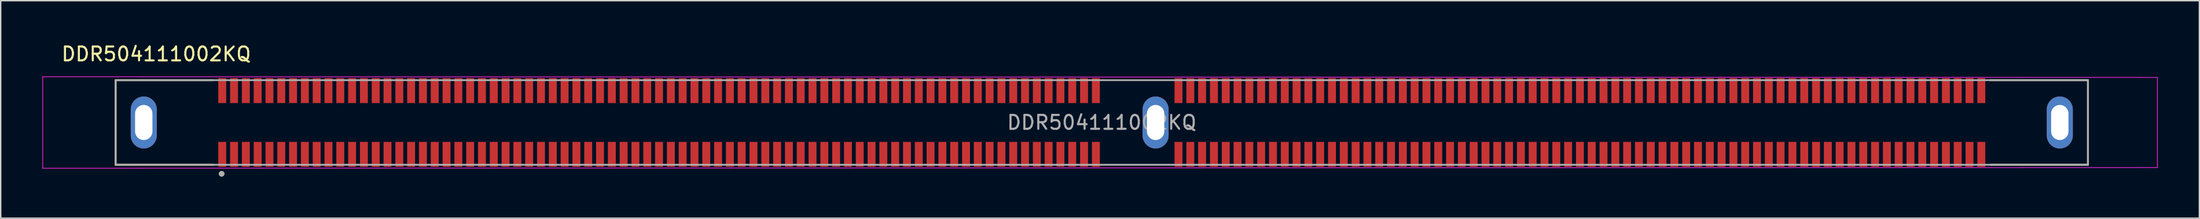
<source format=kicad_pcb>
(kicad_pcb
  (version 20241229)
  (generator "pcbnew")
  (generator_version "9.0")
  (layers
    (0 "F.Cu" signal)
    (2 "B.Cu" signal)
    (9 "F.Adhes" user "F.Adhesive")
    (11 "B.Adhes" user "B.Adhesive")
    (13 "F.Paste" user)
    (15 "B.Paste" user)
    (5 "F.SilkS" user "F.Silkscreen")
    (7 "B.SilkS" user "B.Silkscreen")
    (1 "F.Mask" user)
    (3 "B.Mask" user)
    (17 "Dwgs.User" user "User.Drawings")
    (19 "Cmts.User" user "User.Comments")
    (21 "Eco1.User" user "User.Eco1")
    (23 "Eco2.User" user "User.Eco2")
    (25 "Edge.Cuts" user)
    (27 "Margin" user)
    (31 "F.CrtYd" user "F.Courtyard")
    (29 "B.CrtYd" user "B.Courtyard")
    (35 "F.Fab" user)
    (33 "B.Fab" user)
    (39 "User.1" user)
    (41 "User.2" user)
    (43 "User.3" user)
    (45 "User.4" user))
  (footprint "DDR504111002KQ"
    (layer "F.Cu")
    (at 76.275 5.783)
    (property "Reference" "DDR504111002KQ" (at -68.075 -4.935 0) (layer "F.SilkS") (effects (font (size 1 1) (thickness 0.15))))
    (attr smd)
    (fp_line (start -71 -3.05) (end -63.975 -3.05) (stroke (width 0.127) (type solid)) (layer "F.SilkS"))
    (fp_line (start -71 3.05) (end -71 -3.05) (stroke (width 0.127) (type solid)) (layer "F.SilkS"))
    (fp_line (start -63.975 3.05) (end -71 3.05) (stroke (width 0.127) (type solid)) (layer "F.SilkS"))
    (fp_line (start 63.975 -3.05) (end 71 -3.05) (stroke (width 0.127) (type solid)) (layer "F.SilkS"))
    (fp_line (start 71 -3.05) (end 71 3.05) (stroke (width 0.127) (type solid)) (layer "F.SilkS"))
    (fp_line (start 71 3.05) (end 63.975 3.05) (stroke (width 0.127) (type solid)) (layer "F.SilkS"))
    (fp_circle (center -63.368 3.701) (end -63.268 3.701) (stroke (width 0.2) (type solid)) (fill no) (layer "F.SilkS"))
    (fp_line (start -76.25 -3.3) (end -76.25 3.3) (stroke (width 0.05) (type solid)) (layer "F.CrtYd"))
    (fp_line (start -76.25 3.3) (end 76 3.25) (stroke (width 0.05) (type solid)) (layer "F.CrtYd"))
    (fp_line (start 76 -3.25) (end -76.25 -3.3) (stroke (width 0.05) (type solid)) (layer "F.CrtYd"))
    (fp_line (start 76 3.25) (end 76 -3.25) (stroke (width 0.05) (type solid)) (layer "F.CrtYd"))
    (fp_line (start -71 -3.05) (end 71 -3.05) (stroke (width 0.127) (type solid)) (layer "F.Fab"))
    (fp_line (start -71 3.05) (end -71 -3.05) (stroke (width 0.127) (type solid)) (layer "F.Fab"))
    (fp_line (start 71 -3.05) (end 71 3.05) (stroke (width 0.127) (type solid)) (layer "F.Fab"))
    (fp_line (start 71 3.05) (end -71 3.05) (stroke (width 0.127) (type solid)) (layer "F.Fab"))
    (fp_circle (center -63.368 3.701) (end -63.268 3.701) (stroke (width 0.2) (type solid)) (fill no) (layer "F.Fab"))
    (fp_text user "${REFERENCE}" (at 0 0 0) (layer "F.Fab") (effects (font (size 1 1) (thickness 0.15))))
    (pad "1" smd rect (at -63.325 2.3 90) (size 1.8 0.57) (layers "F.Cu" "F.Mask" "F.Paste"))
    (pad "2" smd rect (at -62.475 2.3 90) (size 1.8 0.57) (layers "F.Cu" "F.Mask" "F.Paste"))
    (pad "3" smd rect (at -61.625 2.3 90) (size 1.8 0.57) (layers "F.Cu" "F.Mask" "F.Paste"))
    (pad "4" smd rect (at -60.775 2.3 90) (size 1.8 0.57) (layers "F.Cu" "F.Mask" "F.Paste"))
    (pad "5" smd rect (at -59.925 2.3 90) (size 1.8 0.57) (layers "F.Cu" "F.Mask" "F.Paste"))
    (pad "6" smd rect (at -59.075 2.3 90) (size 1.8 0.57) (layers "F.Cu" "F.Mask" "F.Paste"))
    (pad "7" smd rect (at -58.225 2.3 90) (size 1.8 0.57) (layers "F.Cu" "F.Mask" "F.Paste"))
    (pad "8" smd rect (at -57.375 2.3 90) (size 1.8 0.57) (layers "F.Cu" "F.Mask" "F.Paste"))
    (pad "9" smd rect (at -56.525 2.3 90) (size 1.8 0.57) (layers "F.Cu" "F.Mask" "F.Paste"))
    (pad "10" smd rect (at -55.675 2.3 90) (size 1.8 0.57) (layers "F.Cu" "F.Mask" "F.Paste"))
    (pad "11" smd rect (at -54.825 2.3 90) (size 1.8 0.57) (layers "F.Cu" "F.Mask" "F.Paste"))
    (pad "12" smd rect (at -53.975 2.3 90) (size 1.8 0.57) (layers "F.Cu" "F.Mask" "F.Paste"))
    (pad "13" smd rect (at -53.125 2.3 90) (size 1.8 0.57) (layers "F.Cu" "F.Mask" "F.Paste"))
    (pad "14" smd rect (at -52.275 2.3 90) (size 1.8 0.57) (layers "F.Cu" "F.Mask" "F.Paste"))
    (pad "15" smd rect (at -51.425 2.3 90) (size 1.8 0.57) (layers "F.Cu" "F.Mask" "F.Paste"))
    (pad "16" smd rect (at -50.575 2.3 90) (size 1.8 0.57) (layers "F.Cu" "F.Mask" "F.Paste"))
    (pad "17" smd rect (at -49.725 2.3 90) (size 1.8 0.57) (layers "F.Cu" "F.Mask" "F.Paste"))
    (pad "18" smd rect (at -48.875 2.3 90) (size 1.8 0.57) (layers "F.Cu" "F.Mask" "F.Paste"))
    (pad "19" smd rect (at -48.025 2.3 90) (size 1.8 0.57) (layers "F.Cu" "F.Mask" "F.Paste"))
    (pad "20" smd rect (at -47.175 2.3 90) (size 1.8 0.57) (layers "F.Cu" "F.Mask" "F.Paste"))
    (pad "21" smd rect (at -46.325 2.3 90) (size 1.8 0.57) (layers "F.Cu" "F.Mask" "F.Paste"))
    (pad "22" smd rect (at -45.475 2.3 90) (size 1.8 0.57) (layers "F.Cu" "F.Mask" "F.Paste"))
    (pad "23" smd rect (at -44.625 2.3 90) (size 1.8 0.57) (layers "F.Cu" "F.Mask" "F.Paste"))
    (pad "24" smd rect (at -43.775 2.3 90) (size 1.8 0.57) (layers "F.Cu" "F.Mask" "F.Paste"))
    (pad "25" smd rect (at -42.925 2.3 90) (size 1.8 0.57) (layers "F.Cu" "F.Mask" "F.Paste"))
    (pad "26" smd rect (at -42.075 2.3 90) (size 1.8 0.57) (layers "F.Cu" "F.Mask" "F.Paste"))
    (pad "27" smd rect (at -41.225 2.3 90) (size 1.8 0.57) (layers "F.Cu" "F.Mask" "F.Paste"))
    (pad "28" smd rect (at -40.375 2.3 90) (size 1.8 0.57) (layers "F.Cu" "F.Mask" "F.Paste"))
    (pad "29" smd rect (at -39.525 2.3 90) (size 1.8 0.57) (layers "F.Cu" "F.Mask" "F.Paste"))
    (pad "30" smd rect (at -38.675 2.3 90) (size 1.8 0.57) (layers "F.Cu" "F.Mask" "F.Paste"))
    (pad "31" smd rect (at -37.825 2.3 90) (size 1.8 0.57) (layers "F.Cu" "F.Mask" "F.Paste"))
    (pad "32" smd rect (at -36.975 2.3 90) (size 1.8 0.57) (layers "F.Cu" "F.Mask" "F.Paste"))
    (pad "33" smd rect (at -36.125 2.3 90) (size 1.8 0.57) (layers "F.Cu" "F.Mask" "F.Paste"))
    (pad "34" smd rect (at -35.275 2.3 90) (size 1.8 0.57) (layers "F.Cu" "F.Mask" "F.Paste"))
    (pad "35" smd rect (at -34.425 2.3 90) (size 1.8 0.57) (layers "F.Cu" "F.Mask" "F.Paste"))
    (pad "36" smd rect (at -33.575 2.3 90) (size 1.8 0.57) (layers "F.Cu" "F.Mask" "F.Paste"))
    (pad "37" smd rect (at -32.725 2.3 90) (size 1.8 0.57) (layers "F.Cu" "F.Mask" "F.Paste"))
    (pad "38" smd rect (at -31.875 2.3 90) (size 1.8 0.57) (layers "F.Cu" "F.Mask" "F.Paste"))
    (pad "39" smd rect (at -31.025 2.3 90) (size 1.8 0.57) (layers "F.Cu" "F.Mask" "F.Paste"))
    (pad "40" smd rect (at -30.175 2.3 90) (size 1.8 0.57) (layers "F.Cu" "F.Mask" "F.Paste"))
    (pad "41" smd rect (at -29.325 2.3 90) (size 1.8 0.57) (layers "F.Cu" "F.Mask" "F.Paste"))
    (pad "42" smd rect (at -28.475 2.3 90) (size 1.8 0.57) (layers "F.Cu" "F.Mask" "F.Paste"))
    (pad "43" smd rect (at -27.625 2.3 90) (size 1.8 0.57) (layers "F.Cu" "F.Mask" "F.Paste"))
    (pad "44" smd rect (at -26.775 2.3 90) (size 1.8 0.57) (layers "F.Cu" "F.Mask" "F.Paste"))
    (pad "45" smd rect (at -25.925 2.3 90) (size 1.8 0.57) (layers "F.Cu" "F.Mask" "F.Paste"))
    (pad "46" smd rect (at -25.075 2.3 90) (size 1.8 0.57) (layers "F.Cu" "F.Mask" "F.Paste"))
    (pad "47" smd rect (at -24.225 2.3 90) (size 1.8 0.57) (layers "F.Cu" "F.Mask" "F.Paste"))
    (pad "48" smd rect (at -23.375 2.3 90) (size 1.8 0.57) (layers "F.Cu" "F.Mask" "F.Paste"))
    (pad "49" smd rect (at -22.525 2.3 90) (size 1.8 0.57) (layers "F.Cu" "F.Mask" "F.Paste"))
    (pad "50" smd rect (at -21.675 2.3 90) (size 1.8 0.57) (layers "F.Cu" "F.Mask" "F.Paste"))
    (pad "51" smd rect (at -20.825 2.3 90) (size 1.8 0.57) (layers "F.Cu" "F.Mask" "F.Paste"))
    (pad "52" smd rect (at -19.975 2.3 90) (size 1.8 0.57) (layers "F.Cu" "F.Mask" "F.Paste"))
    (pad "53" smd rect (at -19.125 2.3 90) (size 1.8 0.57) (layers "F.Cu" "F.Mask" "F.Paste"))
    (pad "54" smd rect (at -18.275 2.3 90) (size 1.8 0.57) (layers "F.Cu" "F.Mask" "F.Paste"))
    (pad "55" smd rect (at -17.425 2.3 90) (size 1.8 0.57) (layers "F.Cu" "F.Mask" "F.Paste"))
    (pad "56" smd rect (at -16.575 2.3 90) (size 1.8 0.57) (layers "F.Cu" "F.Mask" "F.Paste"))
    (pad "57" smd rect (at -15.725 2.3 90) (size 1.8 0.57) (layers "F.Cu" "F.Mask" "F.Paste"))
    (pad "58" smd rect (at -14.875 2.3 90) (size 1.8 0.57) (layers "F.Cu" "F.Mask" "F.Paste"))
    (pad "59" smd rect (at -14.025 2.3 90) (size 1.8 0.57) (layers "F.Cu" "F.Mask" "F.Paste"))
    (pad "60" smd rect (at -13.175 2.3 90) (size 1.8 0.57) (layers "F.Cu" "F.Mask" "F.Paste"))
    (pad "61" smd rect (at -12.325 2.3 90) (size 1.8 0.57) (layers "F.Cu" "F.Mask" "F.Paste"))
    (pad "62" smd rect (at -11.475 2.3 90) (size 1.8 0.57) (layers "F.Cu" "F.Mask" "F.Paste"))
    (pad "63" smd rect (at -10.625 2.3 90) (size 1.8 0.57) (layers "F.Cu" "F.Mask" "F.Paste"))
    (pad "64" smd rect (at -9.775 2.3 90) (size 1.8 0.57) (layers "F.Cu" "F.Mask" "F.Paste"))
    (pad "65" smd rect (at -8.925 2.3 90) (size 1.8 0.57) (layers "F.Cu" "F.Mask" "F.Paste"))
    (pad "66" smd rect (at -8.075 2.3 90) (size 1.8 0.57) (layers "F.Cu" "F.Mask" "F.Paste"))
    (pad "67" smd rect (at -7.225 2.3 90) (size 1.8 0.57) (layers "F.Cu" "F.Mask" "F.Paste"))
    (pad "68" smd rect (at -6.375 2.3 90) (size 1.8 0.57) (layers "F.Cu" "F.Mask" "F.Paste"))
    (pad "69" smd rect (at -5.525 2.3 90) (size 1.8 0.57) (layers "F.Cu" "F.Mask" "F.Paste"))
    (pad "70" smd rect (at -4.675 2.3 90) (size 1.8 0.57) (layers "F.Cu" "F.Mask" "F.Paste"))
    (pad "71" smd rect (at -3.825 2.3 90) (size 1.8 0.57) (layers "F.Cu" "F.Mask" "F.Paste"))
    (pad "72" smd rect (at -2.975 2.3 90) (size 1.8 0.57) (layers "F.Cu" "F.Mask" "F.Paste"))
    (pad "73" smd rect (at -2.125 2.3 90) (size 1.8 0.57) (layers "F.Cu" "F.Mask" "F.Paste"))
    (pad "74" smd rect (at -1.275 2.3 90) (size 1.8 0.57) (layers "F.Cu" "F.Mask" "F.Paste"))
    (pad "75" smd rect (at -0.425 2.3 90) (size 1.8 0.57) (layers "F.Cu" "F.Mask" "F.Paste"))
    (pad "76" smd rect (at 5.525 2.3 90) (size 1.8 0.57) (layers "F.Cu" "F.Mask" "F.Paste"))
    (pad "77" smd rect (at 6.375 2.3 90) (size 1.8 0.57) (layers "F.Cu" "F.Mask" "F.Paste"))
    (pad "78" smd rect (at 7.225 2.3 90) (size 1.8 0.57) (layers "F.Cu" "F.Mask" "F.Paste"))
    (pad "79" smd rect (at 8.075 2.3 90) (size 1.8 0.57) (layers "F.Cu" "F.Mask" "F.Paste"))
    (pad "80" smd rect (at 8.925 2.3 90) (size 1.8 0.57) (layers "F.Cu" "F.Mask" "F.Paste"))
    (pad "81" smd rect (at 9.775 2.3 90) (size 1.8 0.57) (layers "F.Cu" "F.Mask" "F.Paste"))
    (pad "82" smd rect (at 10.625 2.3 90) (size 1.8 0.57) (layers "F.Cu" "F.Mask" "F.Paste"))
    (pad "83" smd rect (at 11.475 2.3 90) (size 1.8 0.57) (layers "F.Cu" "F.Mask" "F.Paste"))
    (pad "84" smd rect (at 12.325 2.3 90) (size 1.8 0.57) (layers "F.Cu" "F.Mask" "F.Paste"))
    (pad "85" smd rect (at 13.175 2.3 90) (size 1.8 0.57) (layers "F.Cu" "F.Mask" "F.Paste"))
    (pad "86" smd rect (at 14.025 2.3 90) (size 1.8 0.57) (layers "F.Cu" "F.Mask" "F.Paste"))
    (pad "87" smd rect (at 14.875 2.3 90) (size 1.8 0.57) (layers "F.Cu" "F.Mask" "F.Paste"))
    (pad "88" smd rect (at 15.725 2.3 90) (size 1.8 0.57) (layers "F.Cu" "F.Mask" "F.Paste"))
    (pad "89" smd rect (at 16.575 2.3 90) (size 1.8 0.57) (layers "F.Cu" "F.Mask" "F.Paste"))
    (pad "90" smd rect (at 17.425 2.3 90) (size 1.8 0.57) (layers "F.Cu" "F.Mask" "F.Paste"))
    (pad "91" smd rect (at 18.275 2.3 90) (size 1.8 0.57) (layers "F.Cu" "F.Mask" "F.Paste"))
    (pad "92" smd rect (at 19.125 2.3 90) (size 1.8 0.57) (layers "F.Cu" "F.Mask" "F.Paste"))
    (pad "93" smd rect (at 19.975 2.3 90) (size 1.8 0.57) (layers "F.Cu" "F.Mask" "F.Paste"))
    (pad "94" smd rect (at 20.825 2.3 90) (size 1.8 0.57) (layers "F.Cu" "F.Mask" "F.Paste"))
    (pad "95" smd rect (at 21.675 2.3 90) (size 1.8 0.57) (layers "F.Cu" "F.Mask" "F.Paste"))
    (pad "96" smd rect (at 22.525 2.3 90) (size 1.8 0.57) (layers "F.Cu" "F.Mask" "F.Paste"))
    (pad "97" smd rect (at 23.375 2.3 90) (size 1.8 0.57) (layers "F.Cu" "F.Mask" "F.Paste"))
    (pad "98" smd rect (at 24.225 2.3 90) (size 1.8 0.57) (layers "F.Cu" "F.Mask" "F.Paste"))
    (pad "99" smd rect (at 25.075 2.3 90) (size 1.8 0.57) (layers "F.Cu" "F.Mask" "F.Paste"))
    (pad "100" smd rect (at 25.925 2.3 90) (size 1.8 0.57) (layers "F.Cu" "F.Mask" "F.Paste"))
    (pad "101" smd rect (at 26.775 2.3 90) (size 1.8 0.57) (layers "F.Cu" "F.Mask" "F.Paste"))
    (pad "102" smd rect (at 27.625 2.3 90) (size 1.8 0.57) (layers "F.Cu" "F.Mask" "F.Paste"))
    (pad "103" smd rect (at 28.475 2.3 90) (size 1.8 0.57) (layers "F.Cu" "F.Mask" "F.Paste"))
    (pad "104" smd rect (at 29.325 2.3 90) (size 1.8 0.57) (layers "F.Cu" "F.Mask" "F.Paste"))
    (pad "105" smd rect (at 30.175 2.3 90) (size 1.8 0.57) (layers "F.Cu" "F.Mask" "F.Paste"))
    (pad "106" smd rect (at 31.025 2.3 90) (size 1.8 0.57) (layers "F.Cu" "F.Mask" "F.Paste"))
    (pad "107" smd rect (at 31.875 2.3 90) (size 1.8 0.57) (layers "F.Cu" "F.Mask" "F.Paste"))
    (pad "108" smd rect (at 32.725 2.3 90) (size 1.8 0.57) (layers "F.Cu" "F.Mask" "F.Paste"))
    (pad "109" smd rect (at 33.575 2.3 90) (size 1.8 0.57) (layers "F.Cu" "F.Mask" "F.Paste"))
    (pad "110" smd rect (at 34.425 2.3 90) (size 1.8 0.57) (layers "F.Cu" "F.Mask" "F.Paste"))
    (pad "111" smd rect (at 35.275 2.3 90) (size 1.8 0.57) (layers "F.Cu" "F.Mask" "F.Paste"))
    (pad "112" smd rect (at 36.125 2.3 90) (size 1.8 0.57) (layers "F.Cu" "F.Mask" "F.Paste"))
    (pad "113" smd rect (at 36.975 2.3 90) (size 1.8 0.57) (layers "F.Cu" "F.Mask" "F.Paste"))
    (pad "114" smd rect (at 37.825 2.3 90) (size 1.8 0.57) (layers "F.Cu" "F.Mask" "F.Paste"))
    (pad "115" smd rect (at 38.675 2.3 90) (size 1.8 0.57) (layers "F.Cu" "F.Mask" "F.Paste"))
    (pad "116" smd rect (at 39.525 2.3 90) (size 1.8 0.57) (layers "F.Cu" "F.Mask" "F.Paste"))
    (pad "117" smd rect (at 40.375 2.3 90) (size 1.8 0.57) (layers "F.Cu" "F.Mask" "F.Paste"))
    (pad "118" smd rect (at 41.225 2.3 90) (size 1.8 0.57) (layers "F.Cu" "F.Mask" "F.Paste"))
    (pad "119" smd rect (at 42.075 2.3 90) (size 1.8 0.57) (layers "F.Cu" "F.Mask" "F.Paste"))
    (pad "120" smd rect (at 42.925 2.3 90) (size 1.8 0.57) (layers "F.Cu" "F.Mask" "F.Paste"))
    (pad "121" smd rect (at 43.775 2.3 90) (size 1.8 0.57) (layers "F.Cu" "F.Mask" "F.Paste"))
    (pad "122" smd rect (at 44.625 2.3 90) (size 1.8 0.57) (layers "F.Cu" "F.Mask" "F.Paste"))
    (pad "123" smd rect (at 45.475 2.3 90) (size 1.8 0.57) (layers "F.Cu" "F.Mask" "F.Paste"))
    (pad "124" smd rect (at 46.325 2.3 90) (size 1.8 0.57) (layers "F.Cu" "F.Mask" "F.Paste"))
    (pad "125" smd rect (at 47.175 2.3 90) (size 1.8 0.57) (layers "F.Cu" "F.Mask" "F.Paste"))
    (pad "126" smd rect (at 48.025 2.3 90) (size 1.8 0.57) (layers "F.Cu" "F.Mask" "F.Paste"))
    (pad "127" smd rect (at 48.875 2.3 90) (size 1.8 0.57) (layers "F.Cu" "F.Mask" "F.Paste"))
    (pad "128" smd rect (at 49.725 2.3 90) (size 1.8 0.57) (layers "F.Cu" "F.Mask" "F.Paste"))
    (pad "129" smd rect (at 50.575 2.3 90) (size 1.8 0.57) (layers "F.Cu" "F.Mask" "F.Paste"))
    (pad "130" smd rect (at 51.425 2.3 90) (size 1.8 0.57) (layers "F.Cu" "F.Mask" "F.Paste"))
    (pad "131" smd rect (at 52.275 2.3 90) (size 1.8 0.57) (layers "F.Cu" "F.Mask" "F.Paste"))
    (pad "132" smd rect (at 53.125 2.3 90) (size 1.8 0.57) (layers "F.Cu" "F.Mask" "F.Paste"))
    (pad "133" smd rect (at 53.975 2.3 90) (size 1.8 0.57) (layers "F.Cu" "F.Mask" "F.Paste"))
    (pad "134" smd rect (at 54.825 2.3 90) (size 1.8 0.57) (layers "F.Cu" "F.Mask" "F.Paste"))
    (pad "135" smd rect (at 55.675 2.3 90) (size 1.8 0.57) (layers "F.Cu" "F.Mask" "F.Paste"))
    (pad "136" smd rect (at 56.525 2.3 90) (size 1.8 0.57) (layers "F.Cu" "F.Mask" "F.Paste"))
    (pad "137" smd rect (at 57.375 2.3 90) (size 1.8 0.57) (layers "F.Cu" "F.Mask" "F.Paste"))
    (pad "138" smd rect (at 58.225 2.3 90) (size 1.8 0.57) (layers "F.Cu" "F.Mask" "F.Paste"))
    (pad "139" smd rect (at 59.075 2.3 90) (size 1.8 0.57) (layers "F.Cu" "F.Mask" "F.Paste"))
    (pad "140" smd rect (at 59.925 2.3 90) (size 1.8 0.57) (layers "F.Cu" "F.Mask" "F.Paste"))
    (pad "141" smd rect (at 60.775 2.3 90) (size 1.8 0.57) (layers "F.Cu" "F.Mask" "F.Paste"))
    (pad "142" smd rect (at 61.625 2.3 90) (size 1.8 0.57) (layers "F.Cu" "F.Mask" "F.Paste"))
    (pad "143" smd rect (at 62.475 2.3 90) (size 1.8 0.57) (layers "F.Cu" "F.Mask" "F.Paste"))
    (pad "144" smd rect (at 63.325 2.3 90) (size 1.8 0.57) (layers "F.Cu" "F.Mask" "F.Paste"))
    (pad "145" smd rect (at -63.325 -2.3 90) (size 1.8 0.57) (layers "F.Cu" "F.Mask" "F.Paste"))
    (pad "146" smd rect (at -62.475 -2.3 90) (size 1.8 0.57) (layers "F.Cu" "F.Mask" "F.Paste"))
    (pad "147" smd rect (at -61.625 -2.3 90) (size 1.8 0.57) (layers "F.Cu" "F.Mask" "F.Paste"))
    (pad "148" smd rect (at -60.775 -2.3 90) (size 1.8 0.57) (layers "F.Cu" "F.Mask" "F.Paste"))
    (pad "149" smd rect (at -59.925 -2.3 90) (size 1.8 0.57) (layers "F.Cu" "F.Mask" "F.Paste"))
    (pad "150" smd rect (at -59.075 -2.3 90) (size 1.8 0.57) (layers "F.Cu" "F.Mask" "F.Paste"))
    (pad "151" smd rect (at -58.225 -2.3 90) (size 1.8 0.57) (layers "F.Cu" "F.Mask" "F.Paste"))
    (pad "152" smd rect (at -57.375 -2.3 90) (size 1.8 0.57) (layers "F.Cu" "F.Mask" "F.Paste"))
    (pad "153" smd rect (at -56.525 -2.3 90) (size 1.8 0.57) (layers "F.Cu" "F.Mask" "F.Paste"))
    (pad "154" smd rect (at -55.675 -2.3 90) (size 1.8 0.57) (layers "F.Cu" "F.Mask" "F.Paste"))
    (pad "155" smd rect (at -54.825 -2.3 90) (size 1.8 0.57) (layers "F.Cu" "F.Mask" "F.Paste"))
    (pad "156" smd rect (at -53.975 -2.3 90) (size 1.8 0.57) (layers "F.Cu" "F.Mask" "F.Paste"))
    (pad "157" smd rect (at -53.125 -2.3 90) (size 1.8 0.57) (layers "F.Cu" "F.Mask" "F.Paste"))
    (pad "158" smd rect (at -52.275 -2.3 90) (size 1.8 0.57) (layers "F.Cu" "F.Mask" "F.Paste"))
    (pad "159" smd rect (at -51.425 -2.3 90) (size 1.8 0.57) (layers "F.Cu" "F.Mask" "F.Paste"))
    (pad "160" smd rect (at -50.575 -2.3 90) (size 1.8 0.57) (layers "F.Cu" "F.Mask" "F.Paste"))
    (pad "161" smd rect (at -49.725 -2.3 90) (size 1.8 0.57) (layers "F.Cu" "F.Mask" "F.Paste"))
    (pad "162" smd rect (at -48.875 -2.3 90) (size 1.8 0.57) (layers "F.Cu" "F.Mask" "F.Paste"))
    (pad "163" smd rect (at -48.025 -2.3 90) (size 1.8 0.57) (layers "F.Cu" "F.Mask" "F.Paste"))
    (pad "164" smd rect (at -47.175 -2.3 90) (size 1.8 0.57) (layers "F.Cu" "F.Mask" "F.Paste"))
    (pad "165" smd rect (at -46.325 -2.3 90) (size 1.8 0.57) (layers "F.Cu" "F.Mask" "F.Paste"))
    (pad "166" smd rect (at -45.475 -2.3 90) (size 1.8 0.57) (layers "F.Cu" "F.Mask" "F.Paste"))
    (pad "167" smd rect (at -44.625 -2.3 90) (size 1.8 0.57) (layers "F.Cu" "F.Mask" "F.Paste"))
    (pad "168" smd rect (at -43.775 -2.3 90) (size 1.8 0.57) (layers "F.Cu" "F.Mask" "F.Paste"))
    (pad "169" smd rect (at -42.925 -2.3 90) (size 1.8 0.57) (layers "F.Cu" "F.Mask" "F.Paste"))
    (pad "170" smd rect (at -42.075 -2.3 90) (size 1.8 0.57) (layers "F.Cu" "F.Mask" "F.Paste"))
    (pad "171" smd rect (at -41.225 -2.3 90) (size 1.8 0.57) (layers "F.Cu" "F.Mask" "F.Paste"))
    (pad "172" smd rect (at -40.375 -2.3 90) (size 1.8 0.57) (layers "F.Cu" "F.Mask" "F.Paste"))
    (pad "173" smd rect (at -39.525 -2.3 90) (size 1.8 0.57) (layers "F.Cu" "F.Mask" "F.Paste"))
    (pad "174" smd rect (at -38.675 -2.3 90) (size 1.8 0.57) (layers "F.Cu" "F.Mask" "F.Paste"))
    (pad "175" smd rect (at -37.825 -2.3 90) (size 1.8 0.57) (layers "F.Cu" "F.Mask" "F.Paste"))
    (pad "176" smd rect (at -36.975 -2.3 90) (size 1.8 0.57) (layers "F.Cu" "F.Mask" "F.Paste"))
    (pad "177" smd rect (at -36.125 -2.3 90) (size 1.8 0.57) (layers "F.Cu" "F.Mask" "F.Paste"))
    (pad "178" smd rect (at -35.275 -2.3 90) (size 1.8 0.57) (layers "F.Cu" "F.Mask" "F.Paste"))
    (pad "179" smd rect (at -34.425 -2.3 90) (size 1.8 0.57) (layers "F.Cu" "F.Mask" "F.Paste"))
    (pad "180" smd rect (at -33.575 -2.3 90) (size 1.8 0.57) (layers "F.Cu" "F.Mask" "F.Paste"))
    (pad "181" smd rect (at -32.725 -2.3 90) (size 1.8 0.57) (layers "F.Cu" "F.Mask" "F.Paste"))
    (pad "182" smd rect (at -31.875 -2.3 90) (size 1.8 0.57) (layers "F.Cu" "F.Mask" "F.Paste"))
    (pad "183" smd rect (at -31.025 -2.3 90) (size 1.8 0.57) (layers "F.Cu" "F.Mask" "F.Paste"))
    (pad "184" smd rect (at -30.175 -2.3 90) (size 1.8 0.57) (layers "F.Cu" "F.Mask" "F.Paste"))
    (pad "185" smd rect (at -29.325 -2.3 90) (size 1.8 0.57) (layers "F.Cu" "F.Mask" "F.Paste"))
    (pad "186" smd rect (at -28.475 -2.3 90) (size 1.8 0.57) (layers "F.Cu" "F.Mask" "F.Paste"))
    (pad "187" smd rect (at -27.625 -2.3 90) (size 1.8 0.57) (layers "F.Cu" "F.Mask" "F.Paste"))
    (pad "188" smd rect (at -26.775 -2.3 90) (size 1.8 0.57) (layers "F.Cu" "F.Mask" "F.Paste"))
    (pad "189" smd rect (at -25.925 -2.3 90) (size 1.8 0.57) (layers "F.Cu" "F.Mask" "F.Paste"))
    (pad "190" smd rect (at -25.075 -2.3 90) (size 1.8 0.57) (layers "F.Cu" "F.Mask" "F.Paste"))
    (pad "191" smd rect (at -24.225 -2.3 90) (size 1.8 0.57) (layers "F.Cu" "F.Mask" "F.Paste"))
    (pad "192" smd rect (at -23.375 -2.3 90) (size 1.8 0.57) (layers "F.Cu" "F.Mask" "F.Paste"))
    (pad "193" smd rect (at -22.525 -2.3 90) (size 1.8 0.57) (layers "F.Cu" "F.Mask" "F.Paste"))
    (pad "194" smd rect (at -21.675 -2.3 90) (size 1.8 0.57) (layers "F.Cu" "F.Mask" "F.Paste"))
    (pad "195" smd rect (at -20.825 -2.3 90) (size 1.8 0.57) (layers "F.Cu" "F.Mask" "F.Paste"))
    (pad "196" smd rect (at -19.975 -2.3 90) (size 1.8 0.57) (layers "F.Cu" "F.Mask" "F.Paste"))
    (pad "197" smd rect (at -19.125 -2.3 90) (size 1.8 0.57) (layers "F.Cu" "F.Mask" "F.Paste"))
    (pad "198" smd rect (at -18.275 -2.3 90) (size 1.8 0.57) (layers "F.Cu" "F.Mask" "F.Paste"))
    (pad "199" smd rect (at -17.425 -2.3 90) (size 1.8 0.57) (layers "F.Cu" "F.Mask" "F.Paste"))
    (pad "200" smd rect (at -16.575 -2.3 90) (size 1.8 0.57) (layers "F.Cu" "F.Mask" "F.Paste"))
    (pad "201" smd rect (at -15.725 -2.3 90) (size 1.8 0.57) (layers "F.Cu" "F.Mask" "F.Paste"))
    (pad "202" smd rect (at -14.875 -2.3 90) (size 1.8 0.57) (layers "F.Cu" "F.Mask" "F.Paste"))
    (pad "203" smd rect (at -14.025 -2.3 90) (size 1.8 0.57) (layers "F.Cu" "F.Mask" "F.Paste"))
    (pad "204" smd rect (at -13.175 -2.3 90) (size 1.8 0.57) (layers "F.Cu" "F.Mask" "F.Paste"))
    (pad "205" smd rect (at -12.325 -2.3 90) (size 1.8 0.57) (layers "F.Cu" "F.Mask" "F.Paste"))
    (pad "206" smd rect (at -11.475 -2.3 90) (size 1.8 0.57) (layers "F.Cu" "F.Mask" "F.Paste"))
    (pad "207" smd rect (at -10.625 -2.3 90) (size 1.8 0.57) (layers "F.Cu" "F.Mask" "F.Paste"))
    (pad "208" smd rect (at -9.775 -2.3 90) (size 1.8 0.57) (layers "F.Cu" "F.Mask" "F.Paste"))
    (pad "209" smd rect (at -8.925 -2.3 90) (size 1.8 0.57) (layers "F.Cu" "F.Mask" "F.Paste"))
    (pad "210" smd rect (at -8.075 -2.3 90) (size 1.8 0.57) (layers "F.Cu" "F.Mask" "F.Paste"))
    (pad "211" smd rect (at -7.225 -2.3 90) (size 1.8 0.57) (layers "F.Cu" "F.Mask" "F.Paste"))
    (pad "212" smd rect (at -6.375 -2.3 90) (size 1.8 0.57) (layers "F.Cu" "F.Mask" "F.Paste"))
    (pad "213" smd rect (at -5.525 -2.3 90) (size 1.8 0.57) (layers "F.Cu" "F.Mask" "F.Paste"))
    (pad "214" smd rect (at -4.675 -2.3 90) (size 1.8 0.57) (layers "F.Cu" "F.Mask" "F.Paste"))
    (pad "215" smd rect (at -3.825 -2.3 90) (size 1.8 0.57) (layers "F.Cu" "F.Mask" "F.Paste"))
    (pad "216" smd rect (at -2.975 -2.3 90) (size 1.8 0.57) (layers "F.Cu" "F.Mask" "F.Paste"))
    (pad "217" smd rect (at -2.125 -2.3 90) (size 1.8 0.57) (layers "F.Cu" "F.Mask" "F.Paste"))
    (pad "218" smd rect (at -1.275 -2.3 90) (size 1.8 0.57) (layers "F.Cu" "F.Mask" "F.Paste"))
    (pad "219" smd rect (at -0.425 -2.3 90) (size 1.8 0.57) (layers "F.Cu" "F.Mask" "F.Paste"))
    (pad "220" smd rect (at 5.525 -2.3 90) (size 1.8 0.57) (layers "F.Cu" "F.Mask" "F.Paste"))
    (pad "221" smd rect (at 6.375 -2.3 90) (size 1.8 0.57) (layers "F.Cu" "F.Mask" "F.Paste"))
    (pad "222" smd rect (at 7.225 -2.3 90) (size 1.8 0.57) (layers "F.Cu" "F.Mask" "F.Paste"))
    (pad "223" smd rect (at 8.075 -2.3 90) (size 1.8 0.57) (layers "F.Cu" "F.Mask" "F.Paste"))
    (pad "224" smd rect (at 8.925 -2.3 90) (size 1.8 0.57) (layers "F.Cu" "F.Mask" "F.Paste"))
    (pad "225" smd rect (at 9.775 -2.3 90) (size 1.8 0.57) (layers "F.Cu" "F.Mask" "F.Paste"))
    (pad "226" smd rect (at 10.625 -2.3 90) (size 1.8 0.57) (layers "F.Cu" "F.Mask" "F.Paste"))
    (pad "227" smd rect (at 11.475 -2.3 90) (size 1.8 0.57) (layers "F.Cu" "F.Mask" "F.Paste"))
    (pad "228" smd rect (at 12.325 -2.3 90) (size 1.8 0.57) (layers "F.Cu" "F.Mask" "F.Paste"))
    (pad "229" smd rect (at 13.175 -2.3 90) (size 1.8 0.57) (layers "F.Cu" "F.Mask" "F.Paste"))
    (pad "230" smd rect (at 14.025 -2.3 90) (size 1.8 0.57) (layers "F.Cu" "F.Mask" "F.Paste"))
    (pad "231" smd rect (at 14.875 -2.3 90) (size 1.8 0.57) (layers "F.Cu" "F.Mask" "F.Paste"))
    (pad "232" smd rect (at 15.725 -2.3 90) (size 1.8 0.57) (layers "F.Cu" "F.Mask" "F.Paste"))
    (pad "233" smd rect (at 16.575 -2.3 90) (size 1.8 0.57) (layers "F.Cu" "F.Mask" "F.Paste"))
    (pad "234" smd rect (at 17.425 -2.3 90) (size 1.8 0.57) (layers "F.Cu" "F.Mask" "F.Paste"))
    (pad "235" smd rect (at 18.275 -2.3 90) (size 1.8 0.57) (layers "F.Cu" "F.Mask" "F.Paste"))
    (pad "236" smd rect (at 19.125 -2.3 90) (size 1.8 0.57) (layers "F.Cu" "F.Mask" "F.Paste"))
    (pad "237" smd rect (at 19.975 -2.3 90) (size 1.8 0.57) (layers "F.Cu" "F.Mask" "F.Paste"))
    (pad "238" smd rect (at 20.825 -2.3 90) (size 1.8 0.57) (layers "F.Cu" "F.Mask" "F.Paste"))
    (pad "239" smd rect (at 21.675 -2.3 90) (size 1.8 0.57) (layers "F.Cu" "F.Mask" "F.Paste"))
    (pad "240" smd rect (at 22.525 -2.3 90) (size 1.8 0.57) (layers "F.Cu" "F.Mask" "F.Paste"))
    (pad "241" smd rect (at 23.375 -2.3 90) (size 1.8 0.57) (layers "F.Cu" "F.Mask" "F.Paste"))
    (pad "242" smd rect (at 24.225 -2.3 90) (size 1.8 0.57) (layers "F.Cu" "F.Mask" "F.Paste"))
    (pad "243" smd rect (at 25.075 -2.3 90) (size 1.8 0.57) (layers "F.Cu" "F.Mask" "F.Paste"))
    (pad "244" smd rect (at 25.925 -2.3 90) (size 1.8 0.57) (layers "F.Cu" "F.Mask" "F.Paste"))
    (pad "245" smd rect (at 26.775 -2.3 90) (size 1.8 0.57) (layers "F.Cu" "F.Mask" "F.Paste"))
    (pad "246" smd rect (at 27.625 -2.3 90) (size 1.8 0.57) (layers "F.Cu" "F.Mask" "F.Paste"))
    (pad "247" smd rect (at 28.475 -2.3 90) (size 1.8 0.57) (layers "F.Cu" "F.Mask" "F.Paste"))
    (pad "248" smd rect (at 29.325 -2.3 90) (size 1.8 0.57) (layers "F.Cu" "F.Mask" "F.Paste"))
    (pad "249" smd rect (at 30.175 -2.3 90) (size 1.8 0.57) (layers "F.Cu" "F.Mask" "F.Paste"))
    (pad "250" smd rect (at 31.025 -2.3 90) (size 1.8 0.57) (layers "F.Cu" "F.Mask" "F.Paste"))
    (pad "251" smd rect (at 31.875 -2.3 90) (size 1.8 0.57) (layers "F.Cu" "F.Mask" "F.Paste"))
    (pad "252" smd rect (at 32.725 -2.3 90) (size 1.8 0.57) (layers "F.Cu" "F.Mask" "F.Paste"))
    (pad "253" smd rect (at 33.575 -2.3 90) (size 1.8 0.57) (layers "F.Cu" "F.Mask" "F.Paste"))
    (pad "254" smd rect (at 34.425 -2.3 90) (size 1.8 0.57) (layers "F.Cu" "F.Mask" "F.Paste"))
    (pad "255" smd rect (at 35.275 -2.3 90) (size 1.8 0.57) (layers "F.Cu" "F.Mask" "F.Paste"))
    (pad "256" smd rect (at 36.125 -2.3 90) (size 1.8 0.57) (layers "F.Cu" "F.Mask" "F.Paste"))
    (pad "257" smd rect (at 36.975 -2.3 90) (size 1.8 0.57) (layers "F.Cu" "F.Mask" "F.Paste"))
    (pad "258" smd rect (at 37.825 -2.3 90) (size 1.8 0.57) (layers "F.Cu" "F.Mask" "F.Paste"))
    (pad "259" smd rect (at 38.675 -2.3 90) (size 1.8 0.57) (layers "F.Cu" "F.Mask" "F.Paste"))
    (pad "260" smd rect (at 39.525 -2.3 90) (size 1.8 0.57) (layers "F.Cu" "F.Mask" "F.Paste"))
    (pad "261" smd rect (at 40.375 -2.3 90) (size 1.8 0.57) (layers "F.Cu" "F.Mask" "F.Paste"))
    (pad "262" smd rect (at 41.225 -2.3 90) (size 1.8 0.57) (layers "F.Cu" "F.Mask" "F.Paste"))
    (pad "263" smd rect (at 42.075 -2.3 90) (size 1.8 0.57) (layers "F.Cu" "F.Mask" "F.Paste"))
    (pad "264" smd rect (at 42.925 -2.3 90) (size 1.8 0.57) (layers "F.Cu" "F.Mask" "F.Paste"))
    (pad "265" smd rect (at 43.775 -2.3 90) (size 1.8 0.57) (layers "F.Cu" "F.Mask" "F.Paste"))
    (pad "266" smd rect (at 44.625 -2.3 90) (size 1.8 0.57) (layers "F.Cu" "F.Mask" "F.Paste"))
    (pad "267" smd rect (at 45.475 -2.3 90) (size 1.8 0.57) (layers "F.Cu" "F.Mask" "F.Paste"))
    (pad "268" smd rect (at 46.325 -2.3 90) (size 1.8 0.57) (layers "F.Cu" "F.Mask" "F.Paste"))
    (pad "269" smd rect (at 47.175 -2.3 90) (size 1.8 0.57) (layers "F.Cu" "F.Mask" "F.Paste"))
    (pad "270" smd rect (at 48.025 -2.3 90) (size 1.8 0.57) (layers "F.Cu" "F.Mask" "F.Paste"))
    (pad "271" smd rect (at 48.875 -2.3 90) (size 1.8 0.57) (layers "F.Cu" "F.Mask" "F.Paste"))
    (pad "272" smd rect (at 49.725 -2.3 90) (size 1.8 0.57) (layers "F.Cu" "F.Mask" "F.Paste"))
    (pad "273" smd rect (at 50.575 -2.3 90) (size 1.8 0.57) (layers "F.Cu" "F.Mask" "F.Paste"))
    (pad "274" smd rect (at 51.425 -2.3 90) (size 1.8 0.57) (layers "F.Cu" "F.Mask" "F.Paste"))
    (pad "275" smd rect (at 52.275 -2.3 90) (size 1.8 0.57) (layers "F.Cu" "F.Mask" "F.Paste"))
    (pad "276" smd rect (at 53.125 -2.3 90) (size 1.8 0.57) (layers "F.Cu" "F.Mask" "F.Paste"))
    (pad "277" smd rect (at 53.975 -2.3 90) (size 1.8 0.57) (layers "F.Cu" "F.Mask" "F.Paste"))
    (pad "278" smd rect (at 54.825 -2.3 90) (size 1.8 0.57) (layers "F.Cu" "F.Mask" "F.Paste"))
    (pad "279" smd rect (at 55.675 -2.3 90) (size 1.8 0.57) (layers "F.Cu" "F.Mask" "F.Paste"))
    (pad "280" smd rect (at 56.525 -2.3 90) (size 1.8 0.57) (layers "F.Cu" "F.Mask" "F.Paste"))
    (pad "281" smd rect (at 57.375 -2.3 90) (size 1.8 0.57) (layers "F.Cu" "F.Mask" "F.Paste"))
    (pad "282" smd rect (at 58.225 -2.3 90) (size 1.8 0.57) (layers "F.Cu" "F.Mask" "F.Paste"))
    (pad "283" smd rect (at 59.075 -2.3 90) (size 1.8 0.57) (layers "F.Cu" "F.Mask" "F.Paste"))
    (pad "284" smd rect (at 59.925 -2.3 90) (size 1.8 0.57) (layers "F.Cu" "F.Mask" "F.Paste"))
    (pad "285" smd rect (at 60.775 -2.3 90) (size 1.8 0.57) (layers "F.Cu" "F.Mask" "F.Paste"))
    (pad "286" smd rect (at 61.625 -2.3 90) (size 1.8 0.57) (layers "F.Cu" "F.Mask" "F.Paste"))
    (pad "287" smd rect (at 62.475 -2.3 90) (size 1.8 0.57) (layers "F.Cu" "F.Mask" "F.Paste"))
    (pad "288" smd rect (at 63.325 -2.3 90) (size 1.8 0.57) (layers "F.Cu" "F.Mask" "F.Paste"))
    (pad "S1" thru_hole oval (at -68.975 0) (size 1.875 3.75) (drill oval 1.25 2.53) (layers "*.Cu" "*.Mask"))
    (pad "S2" thru_hole oval (at 3.875 0) (size 1.875 3.75) (drill oval 1.25 2.53) (layers "*.Cu" "*.Mask"))
    (pad "S3" thru_hole oval (at 68.975 0) (size 1.875 3.75) (drill oval 1.25 2.53) (layers "*.Cu" "*.Mask")))
  (gr_rect
    (start -3 -3)
    (end 155.3 12.684)
    (stroke (width 0.1) (type default))
    (fill no)
    (layer "Edge.Cuts")))
</source>
